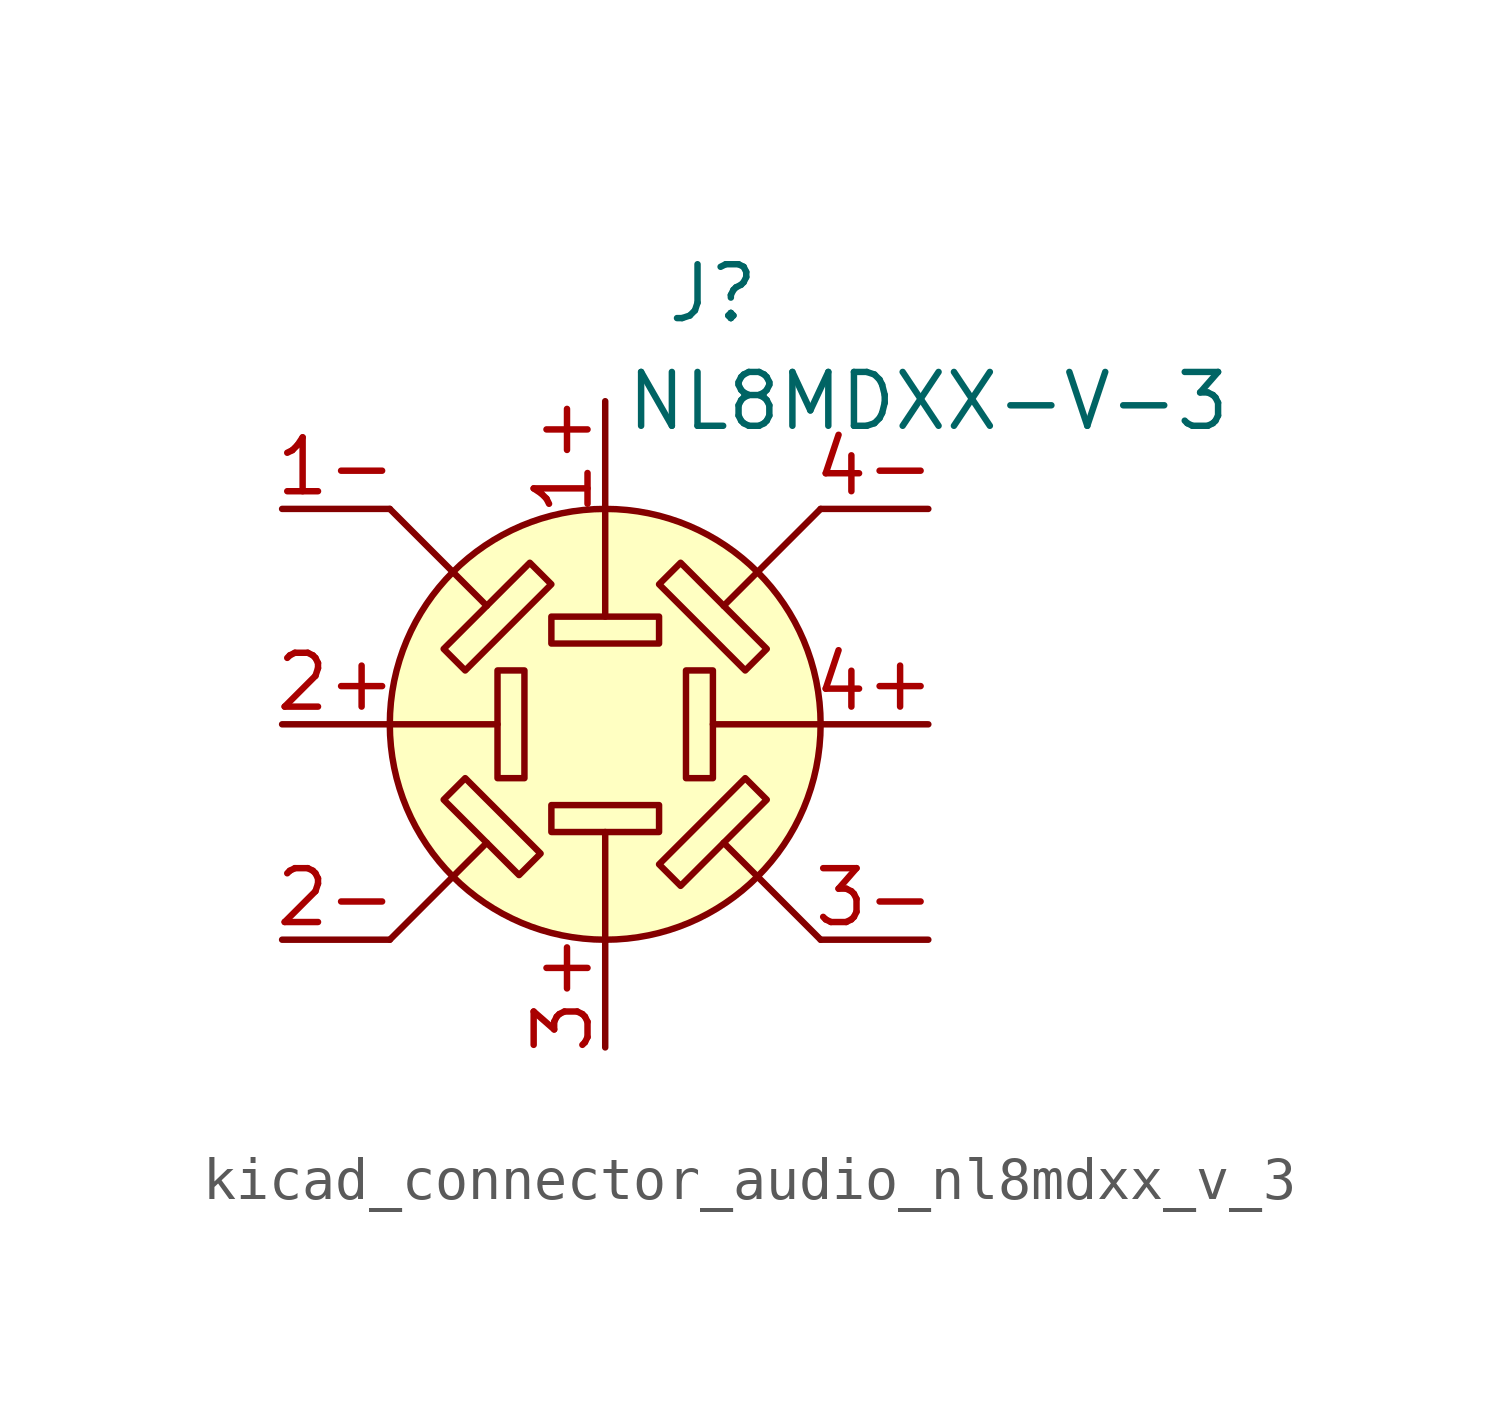
<source format=kicad_sym>
(kicad_symbol_lib
  (version 20220914)
  (generator kicad_symbol_editor)
  (symbol "kicad_connector_audio_nl8mdxx_v_3"
    (pin_names hide)
    (property "Reference" "J"
      (at 2.54 10.16 0)
      (effects (font (size 1.27 1.27))))
    (property "Value" "NL8MDXX-V-3"
      (at 7.62 7.62 0)
      (effects (font (size 1.27 1.27))))
    (symbol "kicad_connector_audio_nl8mdxx_v_3_0_1"
      (rectangle (start -2.54 1.27) (end -1.905 -1.27) (stroke (width 0) (type default)) (fill (type none)))
      (rectangle (start -1.27 -2.54) (end 1.27 -1.905) (stroke (width 0) (type default)) (fill (type none)))
      (rectangle (start -1.27 2.54) (end 1.27 1.905) (stroke (width 0) (type default)) (fill (type none)))
      (polyline (pts (xy -5.08 -5.08) (xy -2.794 -2.794)) (stroke (width 0) (type default)) (fill (type none)))
      (polyline (pts (xy -5.08 0) (xy -2.54 0)) (stroke (width 0) (type default)) (fill (type none)))
      (polyline (pts (xy -2.794 2.794) (xy -5.08 5.08)) (stroke (width 0) (type default)) (fill (type none)))
      (polyline (pts (xy 0 -5.08) (xy 0 -2.54)) (stroke (width 0) (type default)) (fill (type none)))
      (polyline (pts (xy 0 5.08) (xy 0 2.54)) (stroke (width 0) (type default)) (fill (type none)))
      (polyline (pts (xy 5.08 -5.08) (xy 2.794 -2.794)) (stroke (width 0) (type default)) (fill (type none)))
      (polyline (pts (xy 5.08 0) (xy 2.54 0)) (stroke (width 0) (type default)) (fill (type none)))
      (polyline (pts (xy 5.08 5.08) (xy 2.794 2.794)) (stroke (width 0) (type default)) (fill (type none)))
      (polyline (pts (xy -3.302 -1.27) (xy -1.524 -3.048) (xy -2.032 -3.556) (xy -3.81 -1.778) (xy -3.302 -1.27)) (stroke (width 0) (type default)) (fill (type none)))
      (polyline (pts (xy -1.27 3.302) (xy -3.302 1.27) (xy -3.81 1.778) (xy -1.778 3.81) (xy -1.27 3.302)) (stroke (width 0) (type default)) (fill (type none)))
      (polyline (pts (xy 1.27 3.302) (xy 3.302 1.27) (xy 3.81 1.778) (xy 1.778 3.81) (xy 1.27 3.302)) (stroke (width 0) (type default)) (fill (type none)))
      (polyline (pts (xy 3.302 -1.27) (xy 1.27 -3.302) (xy 1.778 -3.81) (xy 3.81 -1.778) (xy 3.302 -1.27)) (stroke (width 0) (type default)) (fill (type none)))
      (circle (center 0 0) (radius 5.08) (stroke (width 0) (type default)) (fill (type background)))
      (rectangle (start 2.54 1.27) (end 1.905 -1.27) (stroke (width 0) (type default)) (fill (type none)))
      (pin passive line (at -7.62 5.08 0) (length 2.54) (name "1-" (effects (font (size 1.27 1.27)))) (number "1-" (effects (font (size 1.27 1.27)))))
      (pin passive line (at -7.62 0 0) (length 2.54) (name "2+" (effects (font (size 1.27 1.27)))) (number "2+" (effects (font (size 1.27 1.27)))))
      (pin passive line (at -7.62 -5.08 0) (length 2.54) (name "2-" (effects (font (size 1.27 1.27)))) (number "2-" (effects (font (size 1.27 1.27)))))
      (pin passive line (at 0 -7.62 90) (length 2.54) (name "3+" (effects (font (size 1.27 1.27)))) (number "3+" (effects (font (size 1.27 1.27)))))
      (pin passive line (at 7.62 -5.08 180) (length 2.54) (name "3-" (effects (font (size 1.27 1.27)))) (number "3-" (effects (font (size 1.27 1.27)))))
      (pin passive line (at 7.62 0 180) (length 2.54) (name "4+" (effects (font (size 1.27 1.27)))) (number "4+" (effects (font (size 1.27 1.27)))))
      (pin passive line (at 7.62 5.08 180) (length 2.54) (name "4-" (effects (font (size 1.27 1.27)))) (number "4-" (effects (font (size 1.27 1.27))))))
    (symbol "kicad_connector_audio_nl8mdxx_v_3_1_1"
      (pin passive line (at 0 7.62 270) (length 2.54) (name "1+" (effects (font (size 1.27 1.27)))) (number "1+" (effects (font (size 1.27 1.27))))))))
</source>
